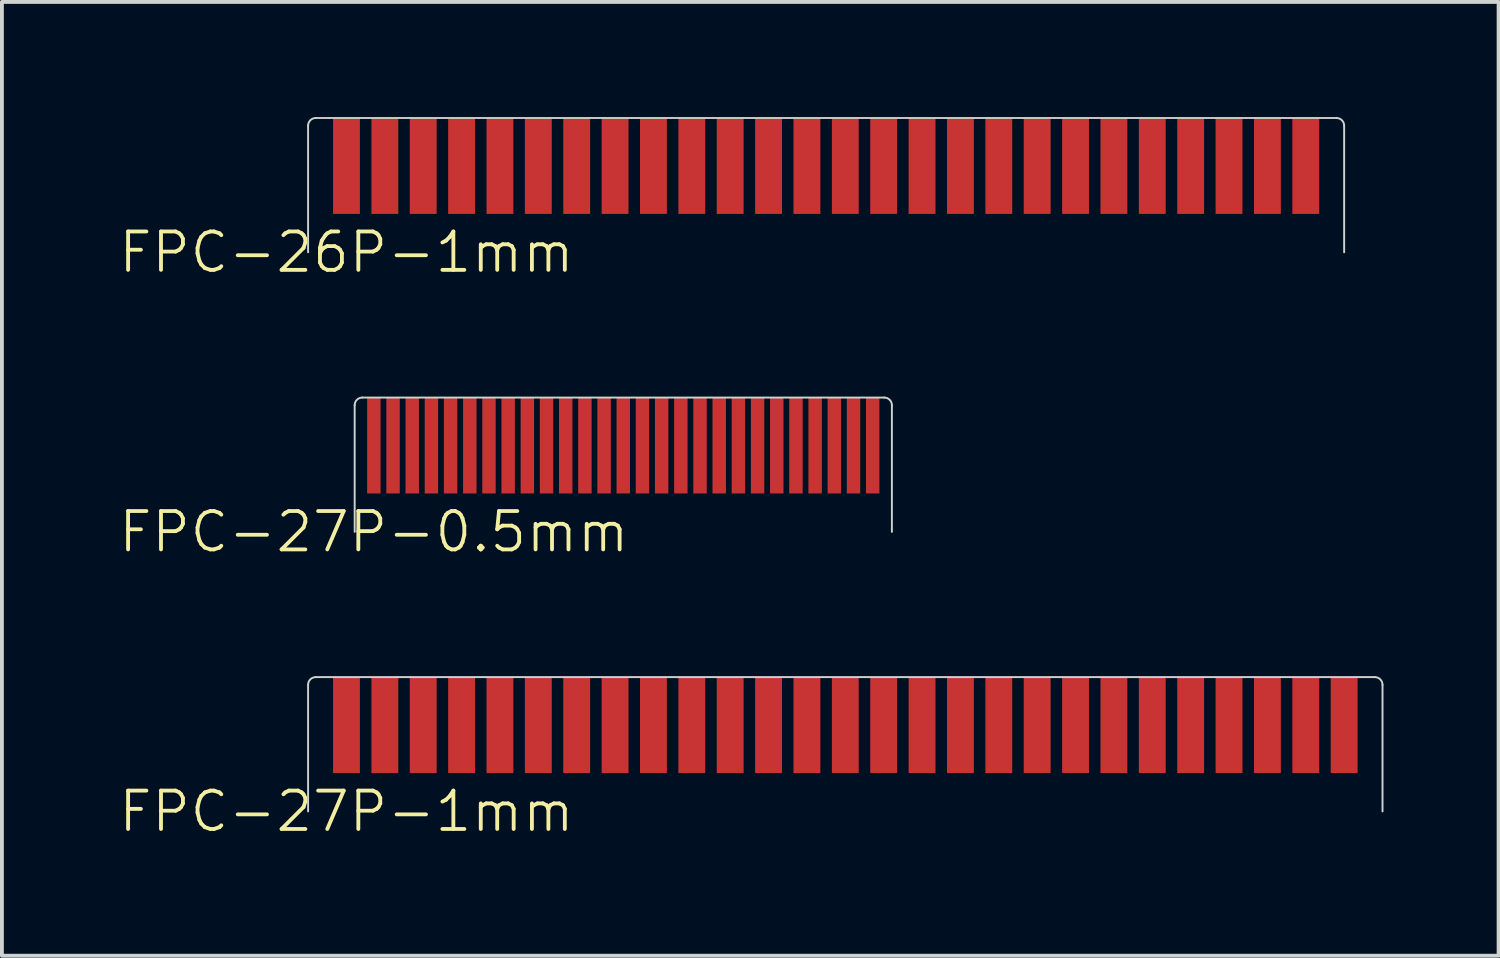
<source format=kicad_pcb>
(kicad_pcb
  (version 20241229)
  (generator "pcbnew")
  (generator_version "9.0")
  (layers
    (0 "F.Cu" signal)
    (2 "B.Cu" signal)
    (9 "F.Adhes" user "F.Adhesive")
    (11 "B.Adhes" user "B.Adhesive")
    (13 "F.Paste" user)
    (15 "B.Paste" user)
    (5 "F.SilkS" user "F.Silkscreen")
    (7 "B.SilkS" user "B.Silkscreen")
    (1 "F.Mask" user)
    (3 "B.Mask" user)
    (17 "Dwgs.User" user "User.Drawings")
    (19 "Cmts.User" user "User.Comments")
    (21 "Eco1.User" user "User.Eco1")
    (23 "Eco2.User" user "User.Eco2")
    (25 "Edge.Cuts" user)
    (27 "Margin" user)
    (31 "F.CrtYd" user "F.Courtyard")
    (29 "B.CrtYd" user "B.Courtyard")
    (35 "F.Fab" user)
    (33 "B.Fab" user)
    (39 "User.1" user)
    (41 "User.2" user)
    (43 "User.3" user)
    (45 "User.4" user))
  (footprint "FPC-27P-0.5mm"
    (layer "F.Cu")
    (at 6.693 8.56)
    (property "Reference" "FPC-27P-0.5mm" (at 0 2.25 0) (unlocked yes) (layer "F.SilkS") (effects (font (size 1 1) (thickness 0.1))))
    (attr smd)
    (fp_line (start -0.5 2.25) (end -0.5 -1.05) (stroke (width 0.05) (type default)) (layer "Edge.Cuts"))
    (fp_line (start -0.3 -1.25) (end 13.3 -1.25) (stroke (width 0.05) (type default)) (layer "Edge.Cuts"))
    (fp_line (start 13.5 2.25) (end 13.5 -1.05) (stroke (width 0.05) (type default)) (layer "Edge.Cuts"))
    (fp_arc (start -0.5 -1.05) (mid -0.441421 -1.191421) (end -0.3 -1.25) (stroke (width 0.05) (type default)) (layer "Edge.Cuts"))
    (fp_arc (start 13.3 -1.25) (mid 13.441421 -1.191421) (end 13.5 -1.05) (stroke (width 0.05) (type default)) (layer "Edge.Cuts"))
    (fp_line (start -0.5 2.25) (end -0.5 -1.05) (stroke (width 0.05) (type default)) (layer "User.1"))
    (fp_line (start -0.5 2.25) (end 13.5 2.25) (stroke (width 0.05) (type default)) (layer "User.1"))
    (fp_line (start -0.3 -1.25) (end 13.3 -1.25) (stroke (width 0.05) (type default)) (layer "User.1"))
    (fp_line (start 13.5 2.25) (end 13.5 -1.05) (stroke (width 0.05) (type default)) (layer "User.1"))
    (fp_arc (start -0.5 -1.05) (mid -0.441421 -1.191421) (end -0.3 -1.25) (stroke (width 0.05) (type default)) (layer "User.1"))
    (fp_arc (start 13.3 -1.25) (mid 13.441421 -1.191421) (end 13.5 -1.05) (stroke (width 0.05) (type default)) (layer "User.1"))
    (pad "1" smd rect (at 0 0 90) (size 2.5 0.35) (layers "F.Cu" "F.Mask" "F.Paste"))
    (pad "2" smd rect (at 0.5 0 90) (size 2.5 0.35) (layers "F.Cu" "F.Mask" "F.Paste"))
    (pad "3" smd rect (at 1 0 90) (size 2.5 0.35) (layers "F.Cu" "F.Mask" "F.Paste"))
    (pad "4" smd rect (at 1.5 0 90) (size 2.5 0.35) (layers "F.Cu" "F.Mask" "F.Paste"))
    (pad "5" smd rect (at 2 0 90) (size 2.5 0.35) (layers "F.Cu" "F.Mask" "F.Paste"))
    (pad "6" smd rect (at 2.5 0 90) (size 2.5 0.35) (layers "F.Cu" "F.Mask" "F.Paste"))
    (pad "7" smd rect (at 3 0 90) (size 2.5 0.35) (layers "F.Cu" "F.Mask" "F.Paste"))
    (pad "8" smd rect (at 3.5 0 90) (size 2.5 0.35) (layers "F.Cu" "F.Mask" "F.Paste"))
    (pad "9" smd rect (at 4 0 90) (size 2.5 0.35) (layers "F.Cu" "F.Mask" "F.Paste"))
    (pad "10" smd rect (at 4.5 0 90) (size 2.5 0.35) (layers "F.Cu" "F.Mask" "F.Paste"))
    (pad "11" smd rect (at 5 0 90) (size 2.5 0.35) (layers "F.Cu" "F.Mask" "F.Paste"))
    (pad "12" smd rect (at 5.5 0 90) (size 2.5 0.35) (layers "F.Cu" "F.Mask" "F.Paste"))
    (pad "13" smd rect (at 6 0 90) (size 2.5 0.35) (layers "F.Cu" "F.Mask" "F.Paste"))
    (pad "14" smd rect (at 6.5 0 90) (size 2.5 0.35) (layers "F.Cu" "F.Mask" "F.Paste"))
    (pad "15" smd rect (at 7 0 90) (size 2.5 0.35) (layers "F.Cu" "F.Mask" "F.Paste"))
    (pad "16" smd rect (at 7.5 0 90) (size 2.5 0.35) (layers "F.Cu" "F.Mask" "F.Paste"))
    (pad "17" smd rect (at 8 0 90) (size 2.5 0.35) (layers "F.Cu" "F.Mask" "F.Paste"))
    (pad "18" smd rect (at 8.5 0 90) (size 2.5 0.35) (layers "F.Cu" "F.Mask" "F.Paste"))
    (pad "19" smd rect (at 9 0 90) (size 2.5 0.35) (layers "F.Cu" "F.Mask" "F.Paste"))
    (pad "20" smd rect (at 9.5 0 90) (size 2.5 0.35) (layers "F.Cu" "F.Mask" "F.Paste"))
    (pad "21" smd rect (at 10 0 90) (size 2.5 0.35) (layers "F.Cu" "F.Mask" "F.Paste"))
    (pad "22" smd rect (at 10.5 0 90) (size 2.5 0.35) (layers "F.Cu" "F.Mask" "F.Paste"))
    (pad "23" smd rect (at 11 0 90) (size 2.5 0.35) (layers "F.Cu" "F.Mask" "F.Paste"))
    (pad "24" smd rect (at 11.5 0 90) (size 2.5 0.35) (layers "F.Cu" "F.Mask" "F.Paste"))
    (pad "25" smd rect (at 12 0 90) (size 2.5 0.35) (layers "F.Cu" "F.Mask" "F.Paste"))
    (pad "26" smd rect (at 12.5 0 90) (size 2.5 0.35) (layers "F.Cu" "F.Mask" "F.Paste"))
    (pad "27" smd rect (at 13 0 90) (size 2.5 0.35) (layers "F.Cu" "F.Mask" "F.Paste")))
  (footprint "FPC-26P-1mm"
    (layer "F.Cu")
    (at 5.979 1.275)
    (property "Reference" "FPC-26P-1mm" (at 0 2.25 0) (unlocked yes) (layer "F.SilkS") (effects (font (size 1 1) (thickness 0.1))))
    (attr smd)
    (fp_line (start -1 2.25) (end -1 -1.05) (stroke (width 0.05) (type default)) (layer "Edge.Cuts"))
    (fp_line (start -0.8 -1.25) (end 25.8 -1.25) (stroke (width 0.05) (type default)) (layer "Edge.Cuts"))
    (fp_line (start 26 2.25) (end 26 -1.05) (stroke (width 0.05) (type default)) (layer "Edge.Cuts"))
    (fp_arc (start -1 -1.05) (mid -0.941421 -1.191421) (end -0.8 -1.25) (stroke (width 0.05) (type default)) (layer "Edge.Cuts"))
    (fp_arc (start 25.8 -1.25) (mid 25.941421 -1.191421) (end 26 -1.05) (stroke (width 0.05) (type default)) (layer "Edge.Cuts"))
    (fp_line (start -1 2.25) (end -1 -1.05) (stroke (width 0.05) (type default)) (layer "User.1"))
    (fp_line (start -1 2.25) (end 26 2.25) (stroke (width 0.05) (type default)) (layer "User.1"))
    (fp_line (start -0.8 -1.25) (end 25.8 -1.25) (stroke (width 0.05) (type default)) (layer "User.1"))
    (fp_line (start 26 2.25) (end 26 -1.05) (stroke (width 0.05) (type default)) (layer "User.1"))
    (fp_arc (start -1 -1.05) (mid -0.941421 -1.191421) (end -0.8 -1.25) (stroke (width 0.05) (type default)) (layer "User.1"))
    (fp_arc (start 25.8 -1.25) (mid 25.941421 -1.191421) (end 26 -1.05) (stroke (width 0.05) (type default)) (layer "User.1"))
    (pad "1" smd rect (at 0 0 90) (size 2.5 0.7) (layers "F.Cu" "F.Mask" "F.Paste"))
    (pad "2" smd rect (at 1 0 90) (size 2.5 0.7) (layers "F.Cu" "F.Mask" "F.Paste"))
    (pad "3" smd rect (at 2 0 90) (size 2.5 0.7) (layers "F.Cu" "F.Mask" "F.Paste"))
    (pad "4" smd rect (at 3 0 90) (size 2.5 0.7) (layers "F.Cu" "F.Mask" "F.Paste"))
    (pad "5" smd rect (at 4 0 90) (size 2.5 0.7) (layers "F.Cu" "F.Mask" "F.Paste"))
    (pad "6" smd rect (at 5 0 90) (size 2.5 0.7) (layers "F.Cu" "F.Mask" "F.Paste"))
    (pad "7" smd rect (at 6 0 90) (size 2.5 0.7) (layers "F.Cu" "F.Mask" "F.Paste"))
    (pad "8" smd rect (at 7 0 90) (size 2.5 0.7) (layers "F.Cu" "F.Mask" "F.Paste"))
    (pad "9" smd rect (at 8 0 90) (size 2.5 0.7) (layers "F.Cu" "F.Mask" "F.Paste"))
    (pad "10" smd rect (at 9 0 90) (size 2.5 0.7) (layers "F.Cu" "F.Mask" "F.Paste"))
    (pad "11" smd rect (at 10 0 90) (size 2.5 0.7) (layers "F.Cu" "F.Mask" "F.Paste"))
    (pad "12" smd rect (at 11 0 90) (size 2.5 0.7) (layers "F.Cu" "F.Mask" "F.Paste"))
    (pad "13" smd rect (at 12 0 90) (size 2.5 0.7) (layers "F.Cu" "F.Mask" "F.Paste"))
    (pad "14" smd rect (at 13 0 90) (size 2.5 0.7) (layers "F.Cu" "F.Mask" "F.Paste"))
    (pad "15" smd rect (at 14 0 90) (size 2.5 0.7) (layers "F.Cu" "F.Mask" "F.Paste"))
    (pad "16" smd rect (at 15 0 90) (size 2.5 0.7) (layers "F.Cu" "F.Mask" "F.Paste"))
    (pad "17" smd rect (at 16 0 90) (size 2.5 0.7) (layers "F.Cu" "F.Mask" "F.Paste"))
    (pad "18" smd rect (at 17 0 90) (size 2.5 0.7) (layers "F.Cu" "F.Mask" "F.Paste"))
    (pad "19" smd rect (at 18 0 90) (size 2.5 0.7) (layers "F.Cu" "F.Mask" "F.Paste"))
    (pad "20" smd rect (at 19 0 90) (size 2.5 0.7) (layers "F.Cu" "F.Mask" "F.Paste"))
    (pad "21" smd rect (at 20 0 90) (size 2.5 0.7) (layers "F.Cu" "F.Mask" "F.Paste"))
    (pad "22" smd rect (at 21 0 90) (size 2.5 0.7) (layers "F.Cu" "F.Mask" "F.Paste"))
    (pad "23" smd rect (at 22 0 90) (size 2.5 0.7) (layers "F.Cu" "F.Mask" "F.Paste"))
    (pad "24" smd rect (at 23 0 90) (size 2.5 0.7) (layers "F.Cu" "F.Mask" "F.Paste"))
    (pad "25" smd rect (at 24 0 90) (size 2.5 0.7) (layers "F.Cu" "F.Mask" "F.Paste"))
    (pad "26" smd rect (at 25 0 90) (size 2.5 0.7) (layers "F.Cu" "F.Mask" "F.Paste")))
  (footprint "FPC-27P-1mm"
    (layer "F.Cu")
    (at 5.979 15.846)
    (property "Reference" "FPC-27P-1mm" (at 0 2.25 0) (unlocked yes) (layer "F.SilkS") (effects (font (size 1 1) (thickness 0.1))))
    (attr smd)
    (fp_line (start -1 2.25) (end -1 -1.05) (stroke (width 0.05) (type default)) (layer "Edge.Cuts"))
    (fp_line (start -0.8 -1.25) (end 26.8 -1.25) (stroke (width 0.05) (type default)) (layer "Edge.Cuts"))
    (fp_line (start 27 2.25) (end 27 -1.05) (stroke (width 0.05) (type default)) (layer "Edge.Cuts"))
    (fp_arc (start -1 -1.05) (mid -0.941421 -1.191421) (end -0.8 -1.25) (stroke (width 0.05) (type default)) (layer "Edge.Cuts"))
    (fp_arc (start 26.8 -1.25) (mid 26.941421 -1.191421) (end 27 -1.05) (stroke (width 0.05) (type default)) (layer "Edge.Cuts"))
    (fp_line (start -1 2.25) (end -1 -1.05) (stroke (width 0.05) (type default)) (layer "User.1"))
    (fp_line (start -1 2.25) (end 27 2.25) (stroke (width 0.05) (type default)) (layer "User.1"))
    (fp_line (start -0.8 -1.25) (end 26.8 -1.25) (stroke (width 0.05) (type default)) (layer "User.1"))
    (fp_line (start 27 2.25) (end 27 -1.05) (stroke (width 0.05) (type default)) (layer "User.1"))
    (fp_arc (start -1 -1.05) (mid -0.941421 -1.191421) (end -0.8 -1.25) (stroke (width 0.05) (type default)) (layer "User.1"))
    (fp_arc (start 26.8 -1.25) (mid 26.941421 -1.191421) (end 27 -1.05) (stroke (width 0.05) (type default)) (layer "User.1"))
    (pad "1" smd rect (at 0 0 90) (size 2.5 0.7) (layers "F.Cu" "F.Mask" "F.Paste"))
    (pad "2" smd rect (at 1 0 90) (size 2.5 0.7) (layers "F.Cu" "F.Mask" "F.Paste"))
    (pad "3" smd rect (at 2 0 90) (size 2.5 0.7) (layers "F.Cu" "F.Mask" "F.Paste"))
    (pad "4" smd rect (at 3 0 90) (size 2.5 0.7) (layers "F.Cu" "F.Mask" "F.Paste"))
    (pad "5" smd rect (at 4 0 90) (size 2.5 0.7) (layers "F.Cu" "F.Mask" "F.Paste"))
    (pad "6" smd rect (at 5 0 90) (size 2.5 0.7) (layers "F.Cu" "F.Mask" "F.Paste"))
    (pad "7" smd rect (at 6 0 90) (size 2.5 0.7) (layers "F.Cu" "F.Mask" "F.Paste"))
    (pad "8" smd rect (at 7 0 90) (size 2.5 0.7) (layers "F.Cu" "F.Mask" "F.Paste"))
    (pad "9" smd rect (at 8 0 90) (size 2.5 0.7) (layers "F.Cu" "F.Mask" "F.Paste"))
    (pad "10" smd rect (at 9 0 90) (size 2.5 0.7) (layers "F.Cu" "F.Mask" "F.Paste"))
    (pad "11" smd rect (at 10 0 90) (size 2.5 0.7) (layers "F.Cu" "F.Mask" "F.Paste"))
    (pad "12" smd rect (at 11 0 90) (size 2.5 0.7) (layers "F.Cu" "F.Mask" "F.Paste"))
    (pad "13" smd rect (at 12 0 90) (size 2.5 0.7) (layers "F.Cu" "F.Mask" "F.Paste"))
    (pad "14" smd rect (at 13 0 90) (size 2.5 0.7) (layers "F.Cu" "F.Mask" "F.Paste"))
    (pad "15" smd rect (at 14 0 90) (size 2.5 0.7) (layers "F.Cu" "F.Mask" "F.Paste"))
    (pad "16" smd rect (at 15 0 90) (size 2.5 0.7) (layers "F.Cu" "F.Mask" "F.Paste"))
    (pad "17" smd rect (at 16 0 90) (size 2.5 0.7) (layers "F.Cu" "F.Mask" "F.Paste"))
    (pad "18" smd rect (at 17 0 90) (size 2.5 0.7) (layers "F.Cu" "F.Mask" "F.Paste"))
    (pad "19" smd rect (at 18 0 90) (size 2.5 0.7) (layers "F.Cu" "F.Mask" "F.Paste"))
    (pad "20" smd rect (at 19 0 90) (size 2.5 0.7) (layers "F.Cu" "F.Mask" "F.Paste"))
    (pad "21" smd rect (at 20 0 90) (size 2.5 0.7) (layers "F.Cu" "F.Mask" "F.Paste"))
    (pad "22" smd rect (at 21 0 90) (size 2.5 0.7) (layers "F.Cu" "F.Mask" "F.Paste"))
    (pad "23" smd rect (at 22 0 90) (size 2.5 0.7) (layers "F.Cu" "F.Mask" "F.Paste"))
    (pad "24" smd rect (at 23 0 90) (size 2.5 0.7) (layers "F.Cu" "F.Mask" "F.Paste"))
    (pad "25" smd rect (at 24 0 90) (size 2.5 0.7) (layers "F.Cu" "F.Mask" "F.Paste"))
    (pad "26" smd rect (at 25 0 90) (size 2.5 0.7) (layers "F.Cu" "F.Mask" "F.Paste"))
    (pad "27" smd rect (at 26 0 90) (size 2.5 0.7) (layers "F.Cu" "F.Mask" "F.Paste")))
  (gr_rect
    (start -3 -3)
    (end 36.004 21.857)
    (stroke (width 0.1) (type default))
    (fill no)
    (layer "Edge.Cuts")))
</source>
